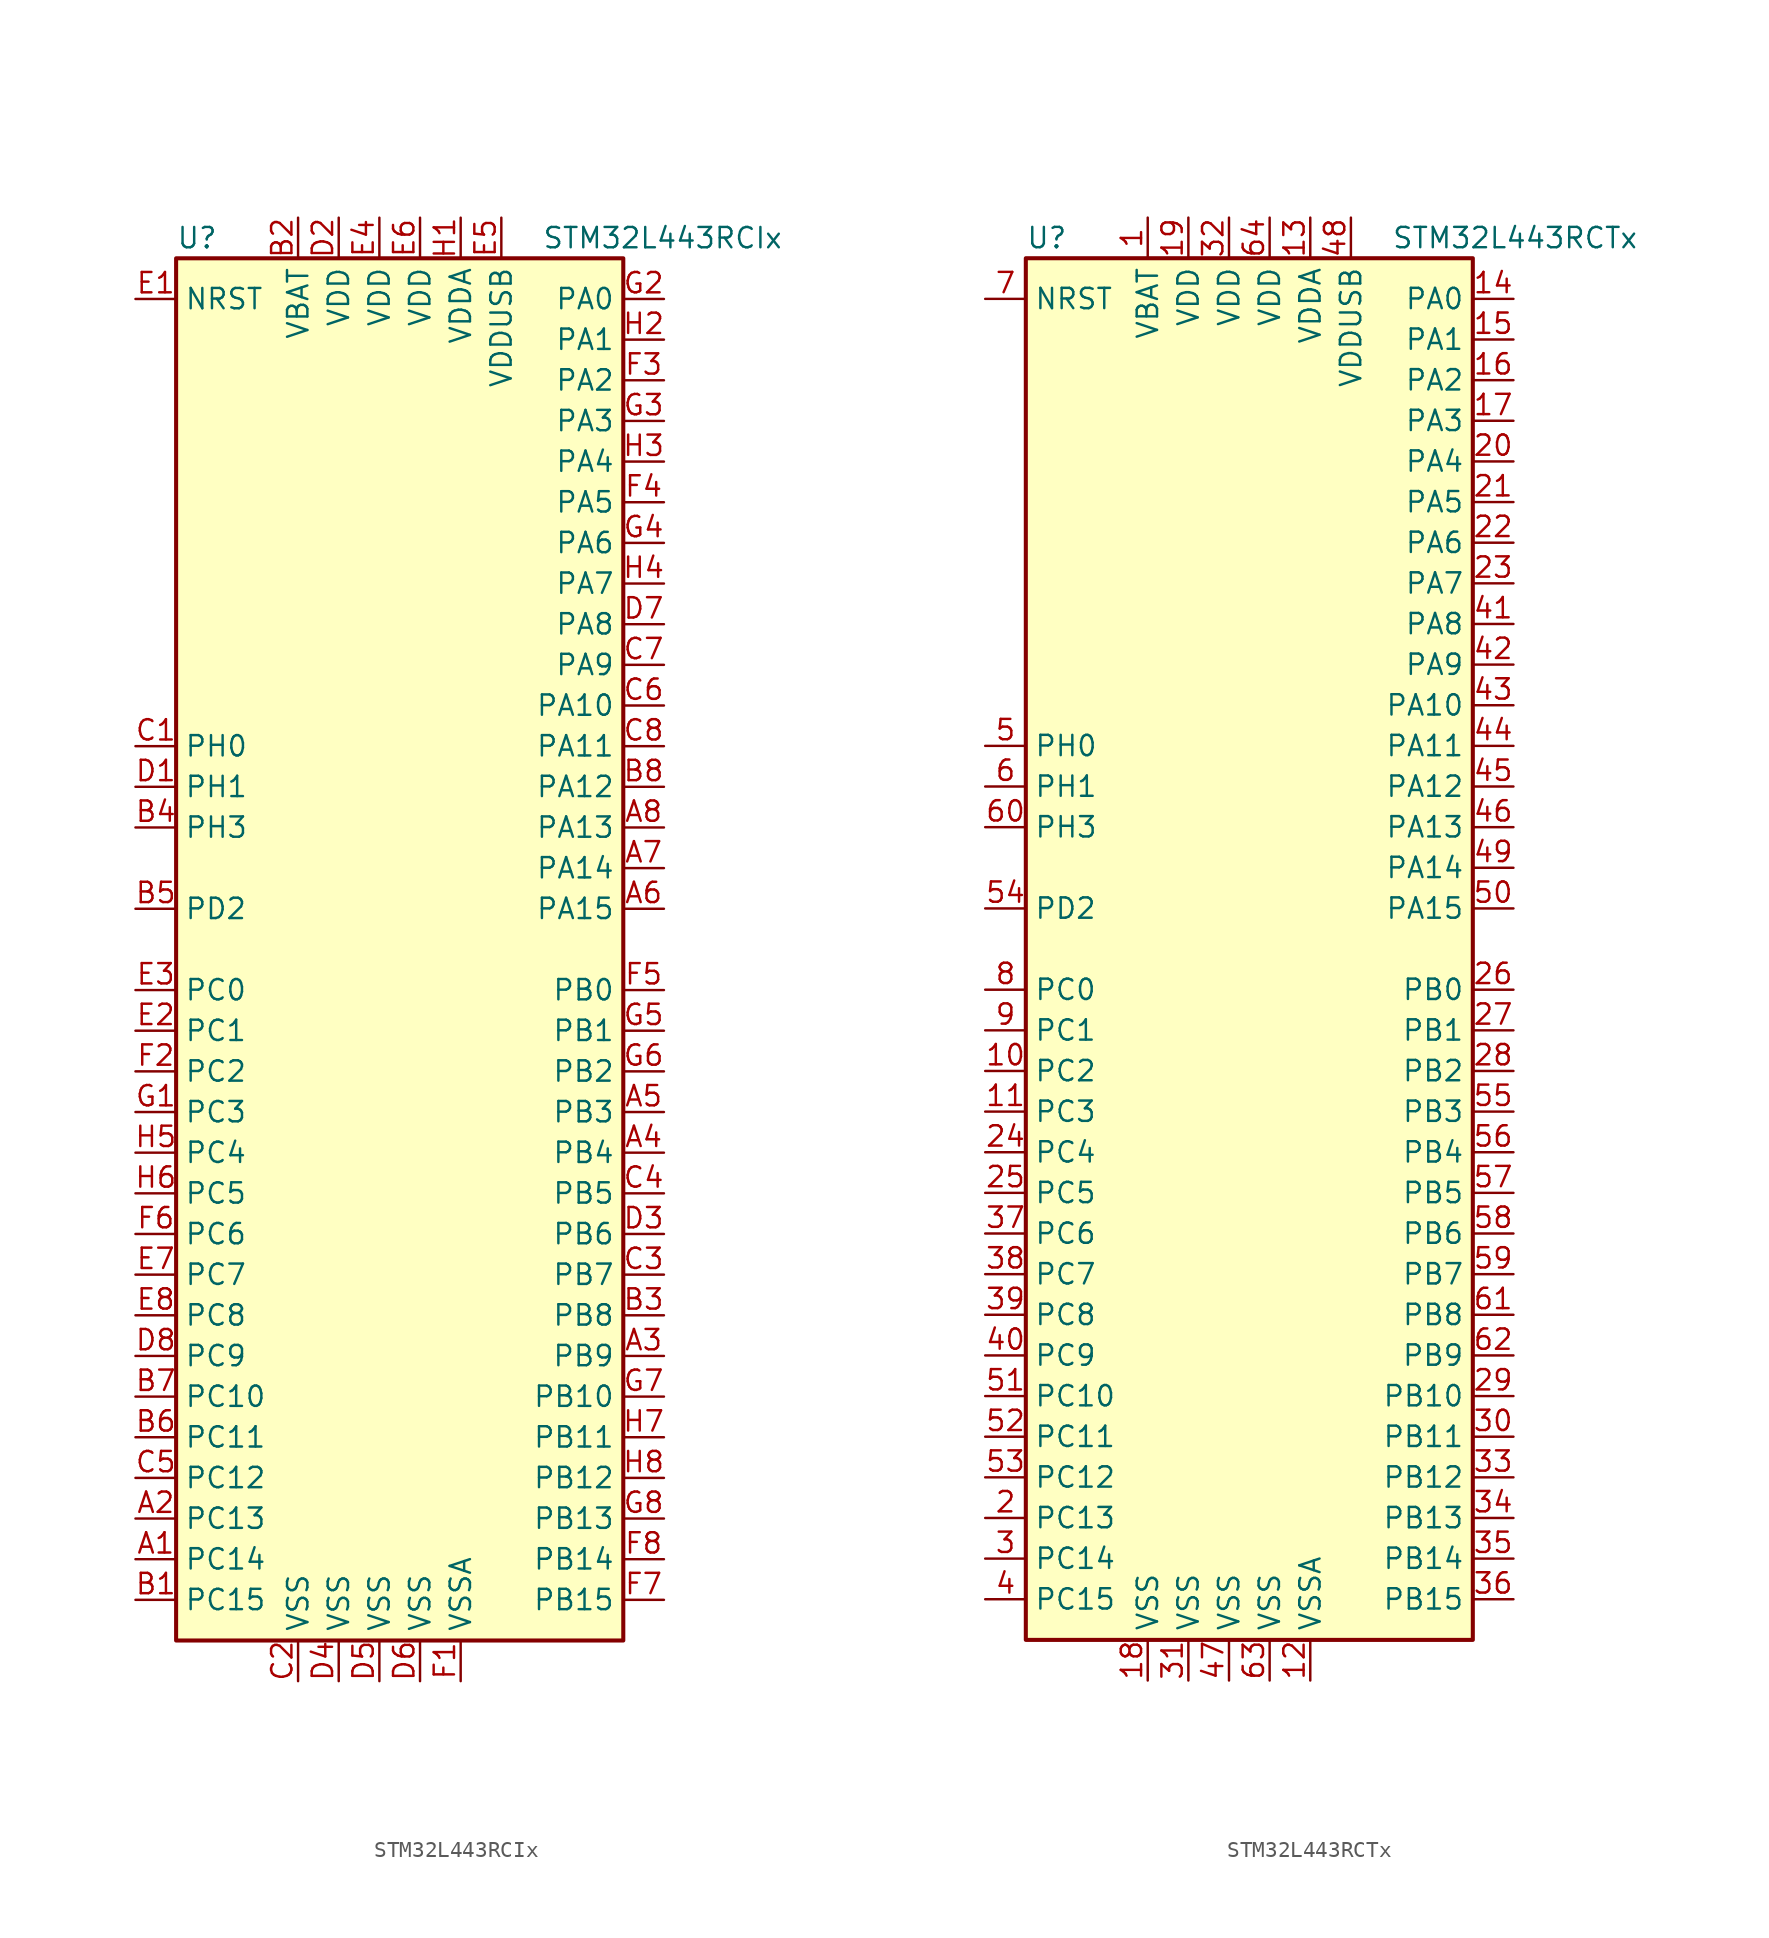
<source format=kicad_sym>
(kicad_symbol_lib
  (version 20201005)
  (generator kicad_symbol_editor)
  (symbol "MCU_ST_STM32L4:STM32L443RCIx"
    (property "Reference" "U"
      (at -15.24 44.45 0)
      (effects (font (size 1.27 1.27)) (justify left)))
    (property "Value" "STM32L443RCIx"
      (at 7.62 44.45 0)
      (effects (font (size 1.27 1.27)) (justify left)))
    (symbol "STM32L443RCIx_0_1"
      (rectangle (start -15.24 -43.18) (end 12.7 43.18) (stroke (width 0.254)) (fill (type background))))
    (symbol "STM32L443RCIx_1_1"
      (pin bidirectional line (at -17.78 -38.1 0) (length 2.54) (name "PC14" (effects (font (size 1.27 1.27)))) (number "A1" (effects (font (size 1.27 1.27)))))
      (pin bidirectional line (at -17.78 -35.56 0) (length 2.54) (name "PC13" (effects (font (size 1.27 1.27)))) (number "A2" (effects (font (size 1.27 1.27)))))
      (pin bidirectional line (at 15.24 -25.4 180) (length 2.54) (name "PB9" (effects (font (size 1.27 1.27)))) (number "A3" (effects (font (size 1.27 1.27)))))
      (pin bidirectional line (at 15.24 -12.7 180) (length 2.54) (name "PB4" (effects (font (size 1.27 1.27)))) (number "A4" (effects (font (size 1.27 1.27)))))
      (pin bidirectional line (at 15.24 -10.16 180) (length 2.54) (name "PB3" (effects (font (size 1.27 1.27)))) (number "A5" (effects (font (size 1.27 1.27)))))
      (pin bidirectional line (at 15.24 2.54 180) (length 2.54) (name "PA15" (effects (font (size 1.27 1.27)))) (number "A6" (effects (font (size 1.27 1.27)))))
      (pin bidirectional line (at 15.24 5.08 180) (length 2.54) (name "PA14" (effects (font (size 1.27 1.27)))) (number "A7" (effects (font (size 1.27 1.27)))))
      (pin bidirectional line (at 15.24 7.62 180) (length 2.54) (name "PA13" (effects (font (size 1.27 1.27)))) (number "A8" (effects (font (size 1.27 1.27)))))
      (pin bidirectional line (at -17.78 -40.64 0) (length 2.54) (name "PC15" (effects (font (size 1.27 1.27)))) (number "B1" (effects (font (size 1.27 1.27)))))
      (pin power_in line (at -7.62 45.72 270) (length 2.54) (name "VBAT" (effects (font (size 1.27 1.27)))) (number "B2" (effects (font (size 1.27 1.27)))))
      (pin bidirectional line (at 15.24 -22.86 180) (length 2.54) (name "PB8" (effects (font (size 1.27 1.27)))) (number "B3" (effects (font (size 1.27 1.27)))))
      (pin bidirectional line (at -17.78 7.62 0) (length 2.54) (name "PH3" (effects (font (size 1.27 1.27)))) (number "B4" (effects (font (size 1.27 1.27)))))
      (pin bidirectional line (at -17.78 2.54 0) (length 2.54) (name "PD2" (effects (font (size 1.27 1.27)))) (number "B5" (effects (font (size 1.27 1.27)))))
      (pin bidirectional line (at -17.78 -30.48 0) (length 2.54) (name "PC11" (effects (font (size 1.27 1.27)))) (number "B6" (effects (font (size 1.27 1.27)))))
      (pin bidirectional line (at -17.78 -27.94 0) (length 2.54) (name "PC10" (effects (font (size 1.27 1.27)))) (number "B7" (effects (font (size 1.27 1.27)))))
      (pin bidirectional line (at 15.24 10.16 180) (length 2.54) (name "PA12" (effects (font (size 1.27 1.27)))) (number "B8" (effects (font (size 1.27 1.27)))))
      (pin input line (at -17.78 12.7 0) (length 2.54) (name "PH0" (effects (font (size 1.27 1.27)))) (number "C1" (effects (font (size 1.27 1.27)))))
      (pin power_in line (at -7.62 -45.72 90) (length 2.54) (name "VSS" (effects (font (size 1.27 1.27)))) (number "C2" (effects (font (size 1.27 1.27)))))
      (pin bidirectional line (at 15.24 -20.32 180) (length 2.54) (name "PB7" (effects (font (size 1.27 1.27)))) (number "C3" (effects (font (size 1.27 1.27)))))
      (pin bidirectional line (at 15.24 -15.24 180) (length 2.54) (name "PB5" (effects (font (size 1.27 1.27)))) (number "C4" (effects (font (size 1.27 1.27)))))
      (pin bidirectional line (at -17.78 -33.02 0) (length 2.54) (name "PC12" (effects (font (size 1.27 1.27)))) (number "C5" (effects (font (size 1.27 1.27)))))
      (pin bidirectional line (at 15.24 15.24 180) (length 2.54) (name "PA10" (effects (font (size 1.27 1.27)))) (number "C6" (effects (font (size 1.27 1.27)))))
      (pin bidirectional line (at 15.24 17.78 180) (length 2.54) (name "PA9" (effects (font (size 1.27 1.27)))) (number "C7" (effects (font (size 1.27 1.27)))))
      (pin bidirectional line (at 15.24 12.7 180) (length 2.54) (name "PA11" (effects (font (size 1.27 1.27)))) (number "C8" (effects (font (size 1.27 1.27)))))
      (pin input line (at -17.78 10.16 0) (length 2.54) (name "PH1" (effects (font (size 1.27 1.27)))) (number "D1" (effects (font (size 1.27 1.27)))))
      (pin power_in line (at -5.08 45.72 270) (length 2.54) (name "VDD" (effects (font (size 1.27 1.27)))) (number "D2" (effects (font (size 1.27 1.27)))))
      (pin bidirectional line (at 15.24 -17.78 180) (length 2.54) (name "PB6" (effects (font (size 1.27 1.27)))) (number "D3" (effects (font (size 1.27 1.27)))))
      (pin power_in line (at -5.08 -45.72 90) (length 2.54) (name "VSS" (effects (font (size 1.27 1.27)))) (number "D4" (effects (font (size 1.27 1.27)))))
      (pin power_in line (at -2.54 -45.72 90) (length 2.54) (name "VSS" (effects (font (size 1.27 1.27)))) (number "D5" (effects (font (size 1.27 1.27)))))
      (pin power_in line (at 0 -45.72 90) (length 2.54) (name "VSS" (effects (font (size 1.27 1.27)))) (number "D6" (effects (font (size 1.27 1.27)))))
      (pin bidirectional line (at 15.24 20.32 180) (length 2.54) (name "PA8" (effects (font (size 1.27 1.27)))) (number "D7" (effects (font (size 1.27 1.27)))))
      (pin bidirectional line (at -17.78 -25.4 0) (length 2.54) (name "PC9" (effects (font (size 1.27 1.27)))) (number "D8" (effects (font (size 1.27 1.27)))))
      (pin input line (at -17.78 40.64 0) (length 2.54) (name "NRST" (effects (font (size 1.27 1.27)))) (number "E1" (effects (font (size 1.27 1.27)))))
      (pin bidirectional line (at -17.78 -5.08 0) (length 2.54) (name "PC1" (effects (font (size 1.27 1.27)))) (number "E2" (effects (font (size 1.27 1.27)))))
      (pin bidirectional line (at -17.78 -2.54 0) (length 2.54) (name "PC0" (effects (font (size 1.27 1.27)))) (number "E3" (effects (font (size 1.27 1.27)))))
      (pin power_in line (at -2.54 45.72 270) (length 2.54) (name "VDD" (effects (font (size 1.27 1.27)))) (number "E4" (effects (font (size 1.27 1.27)))))
      (pin power_in line (at 5.08 45.72 270) (length 2.54) (name "VDDUSB" (effects (font (size 1.27 1.27)))) (number "E5" (effects (font (size 1.27 1.27)))))
      (pin power_in line (at 0 45.72 270) (length 2.54) (name "VDD" (effects (font (size 1.27 1.27)))) (number "E6" (effects (font (size 1.27 1.27)))))
      (pin bidirectional line (at -17.78 -20.32 0) (length 2.54) (name "PC7" (effects (font (size 1.27 1.27)))) (number "E7" (effects (font (size 1.27 1.27)))))
      (pin bidirectional line (at -17.78 -22.86 0) (length 2.54) (name "PC8" (effects (font (size 1.27 1.27)))) (number "E8" (effects (font (size 1.27 1.27)))))
      (pin power_in line (at 2.54 -45.72 90) (length 2.54) (name "VSSA" (effects (font (size 1.27 1.27)))) (number "F1" (effects (font (size 1.27 1.27)))))
      (pin bidirectional line (at -17.78 -7.62 0) (length 2.54) (name "PC2" (effects (font (size 1.27 1.27)))) (number "F2" (effects (font (size 1.27 1.27)))))
      (pin bidirectional line (at 15.24 35.56 180) (length 2.54) (name "PA2" (effects (font (size 1.27 1.27)))) (number "F3" (effects (font (size 1.27 1.27)))))
      (pin bidirectional line (at 15.24 27.94 180) (length 2.54) (name "PA5" (effects (font (size 1.27 1.27)))) (number "F4" (effects (font (size 1.27 1.27)))))
      (pin bidirectional line (at 15.24 -2.54 180) (length 2.54) (name "PB0" (effects (font (size 1.27 1.27)))) (number "F5" (effects (font (size 1.27 1.27)))))
      (pin bidirectional line (at -17.78 -17.78 0) (length 2.54) (name "PC6" (effects (font (size 1.27 1.27)))) (number "F6" (effects (font (size 1.27 1.27)))))
      (pin bidirectional line (at 15.24 -40.64 180) (length 2.54) (name "PB15" (effects (font (size 1.27 1.27)))) (number "F7" (effects (font (size 1.27 1.27)))))
      (pin bidirectional line (at 15.24 -38.1 180) (length 2.54) (name "PB14" (effects (font (size 1.27 1.27)))) (number "F8" (effects (font (size 1.27 1.27)))))
      (pin bidirectional line (at -17.78 -10.16 0) (length 2.54) (name "PC3" (effects (font (size 1.27 1.27)))) (number "G1" (effects (font (size 1.27 1.27)))))
      (pin bidirectional line (at 15.24 40.64 180) (length 2.54) (name "PA0" (effects (font (size 1.27 1.27)))) (number "G2" (effects (font (size 1.27 1.27)))))
      (pin bidirectional line (at 15.24 33.02 180) (length 2.54) (name "PA3" (effects (font (size 1.27 1.27)))) (number "G3" (effects (font (size 1.27 1.27)))))
      (pin bidirectional line (at 15.24 25.4 180) (length 2.54) (name "PA6" (effects (font (size 1.27 1.27)))) (number "G4" (effects (font (size 1.27 1.27)))))
      (pin bidirectional line (at 15.24 -5.08 180) (length 2.54) (name "PB1" (effects (font (size 1.27 1.27)))) (number "G5" (effects (font (size 1.27 1.27)))))
      (pin bidirectional line (at 15.24 -7.62 180) (length 2.54) (name "PB2" (effects (font (size 1.27 1.27)))) (number "G6" (effects (font (size 1.27 1.27)))))
      (pin bidirectional line (at 15.24 -27.94 180) (length 2.54) (name "PB10" (effects (font (size 1.27 1.27)))) (number "G7" (effects (font (size 1.27 1.27)))))
      (pin bidirectional line (at 15.24 -35.56 180) (length 2.54) (name "PB13" (effects (font (size 1.27 1.27)))) (number "G8" (effects (font (size 1.27 1.27)))))
      (pin power_in line (at 2.54 45.72 270) (length 2.54) (name "VDDA" (effects (font (size 1.27 1.27)))) (number "H1" (effects (font (size 1.27 1.27)))))
      (pin bidirectional line (at 15.24 38.1 180) (length 2.54) (name "PA1" (effects (font (size 1.27 1.27)))) (number "H2" (effects (font (size 1.27 1.27)))))
      (pin bidirectional line (at 15.24 30.48 180) (length 2.54) (name "PA4" (effects (font (size 1.27 1.27)))) (number "H3" (effects (font (size 1.27 1.27)))))
      (pin bidirectional line (at 15.24 22.86 180) (length 2.54) (name "PA7" (effects (font (size 1.27 1.27)))) (number "H4" (effects (font (size 1.27 1.27)))))
      (pin bidirectional line (at -17.78 -12.7 0) (length 2.54) (name "PC4" (effects (font (size 1.27 1.27)))) (number "H5" (effects (font (size 1.27 1.27)))))
      (pin bidirectional line (at -17.78 -15.24 0) (length 2.54) (name "PC5" (effects (font (size 1.27 1.27)))) (number "H6" (effects (font (size 1.27 1.27)))))
      (pin bidirectional line (at 15.24 -30.48 180) (length 2.54) (name "PB11" (effects (font (size 1.27 1.27)))) (number "H7" (effects (font (size 1.27 1.27)))))
      (pin bidirectional line (at 15.24 -33.02 180) (length 2.54) (name "PB12" (effects (font (size 1.27 1.27)))) (number "H8" (effects (font (size 1.27 1.27)))))))
  (symbol "MCU_ST_STM32L4:STM32L443RCTx"
    (property "Reference" "U"
      (at -15.24 44.45 0)
      (effects (font (size 1.27 1.27)) (justify left)))
    (property "Value" "STM32L443RCTx"
      (at 7.62 44.45 0)
      (effects (font (size 1.27 1.27)) (justify left)))
    (symbol "STM32L443RCTx_0_1"
      (rectangle (start -15.24 -43.18) (end 12.7 43.18) (stroke (width 0.254)) (fill (type background))))
    (symbol "STM32L443RCTx_1_1"
      (pin power_in line (at -7.62 45.72 270) (length 2.54) (name "VBAT" (effects (font (size 1.27 1.27)))) (number "1" (effects (font (size 1.27 1.27)))))
      (pin bidirectional line (at -17.78 -7.62 0) (length 2.54) (name "PC2" (effects (font (size 1.27 1.27)))) (number "10" (effects (font (size 1.27 1.27)))))
      (pin bidirectional line (at -17.78 -10.16 0) (length 2.54) (name "PC3" (effects (font (size 1.27 1.27)))) (number "11" (effects (font (size 1.27 1.27)))))
      (pin power_in line (at 2.54 -45.72 90) (length 2.54) (name "VSSA" (effects (font (size 1.27 1.27)))) (number "12" (effects (font (size 1.27 1.27)))))
      (pin power_in line (at 2.54 45.72 270) (length 2.54) (name "VDDA" (effects (font (size 1.27 1.27)))) (number "13" (effects (font (size 1.27 1.27)))))
      (pin bidirectional line (at 15.24 40.64 180) (length 2.54) (name "PA0" (effects (font (size 1.27 1.27)))) (number "14" (effects (font (size 1.27 1.27)))))
      (pin bidirectional line (at 15.24 38.1 180) (length 2.54) (name "PA1" (effects (font (size 1.27 1.27)))) (number "15" (effects (font (size 1.27 1.27)))))
      (pin bidirectional line (at 15.24 35.56 180) (length 2.54) (name "PA2" (effects (font (size 1.27 1.27)))) (number "16" (effects (font (size 1.27 1.27)))))
      (pin bidirectional line (at 15.24 33.02 180) (length 2.54) (name "PA3" (effects (font (size 1.27 1.27)))) (number "17" (effects (font (size 1.27 1.27)))))
      (pin power_in line (at -7.62 -45.72 90) (length 2.54) (name "VSS" (effects (font (size 1.27 1.27)))) (number "18" (effects (font (size 1.27 1.27)))))
      (pin power_in line (at -5.08 45.72 270) (length 2.54) (name "VDD" (effects (font (size 1.27 1.27)))) (number "19" (effects (font (size 1.27 1.27)))))
      (pin bidirectional line (at -17.78 -35.56 0) (length 2.54) (name "PC13" (effects (font (size 1.27 1.27)))) (number "2" (effects (font (size 1.27 1.27)))))
      (pin bidirectional line (at 15.24 30.48 180) (length 2.54) (name "PA4" (effects (font (size 1.27 1.27)))) (number "20" (effects (font (size 1.27 1.27)))))
      (pin bidirectional line (at 15.24 27.94 180) (length 2.54) (name "PA5" (effects (font (size 1.27 1.27)))) (number "21" (effects (font (size 1.27 1.27)))))
      (pin bidirectional line (at 15.24 25.4 180) (length 2.54) (name "PA6" (effects (font (size 1.27 1.27)))) (number "22" (effects (font (size 1.27 1.27)))))
      (pin bidirectional line (at 15.24 22.86 180) (length 2.54) (name "PA7" (effects (font (size 1.27 1.27)))) (number "23" (effects (font (size 1.27 1.27)))))
      (pin bidirectional line (at -17.78 -12.7 0) (length 2.54) (name "PC4" (effects (font (size 1.27 1.27)))) (number "24" (effects (font (size 1.27 1.27)))))
      (pin bidirectional line (at -17.78 -15.24 0) (length 2.54) (name "PC5" (effects (font (size 1.27 1.27)))) (number "25" (effects (font (size 1.27 1.27)))))
      (pin bidirectional line (at 15.24 -2.54 180) (length 2.54) (name "PB0" (effects (font (size 1.27 1.27)))) (number "26" (effects (font (size 1.27 1.27)))))
      (pin bidirectional line (at 15.24 -5.08 180) (length 2.54) (name "PB1" (effects (font (size 1.27 1.27)))) (number "27" (effects (font (size 1.27 1.27)))))
      (pin bidirectional line (at 15.24 -7.62 180) (length 2.54) (name "PB2" (effects (font (size 1.27 1.27)))) (number "28" (effects (font (size 1.27 1.27)))))
      (pin bidirectional line (at 15.24 -27.94 180) (length 2.54) (name "PB10" (effects (font (size 1.27 1.27)))) (number "29" (effects (font (size 1.27 1.27)))))
      (pin bidirectional line (at -17.78 -38.1 0) (length 2.54) (name "PC14" (effects (font (size 1.27 1.27)))) (number "3" (effects (font (size 1.27 1.27)))))
      (pin bidirectional line (at 15.24 -30.48 180) (length 2.54) (name "PB11" (effects (font (size 1.27 1.27)))) (number "30" (effects (font (size 1.27 1.27)))))
      (pin power_in line (at -5.08 -45.72 90) (length 2.54) (name "VSS" (effects (font (size 1.27 1.27)))) (number "31" (effects (font (size 1.27 1.27)))))
      (pin power_in line (at -2.54 45.72 270) (length 2.54) (name "VDD" (effects (font (size 1.27 1.27)))) (number "32" (effects (font (size 1.27 1.27)))))
      (pin bidirectional line (at 15.24 -33.02 180) (length 2.54) (name "PB12" (effects (font (size 1.27 1.27)))) (number "33" (effects (font (size 1.27 1.27)))))
      (pin bidirectional line (at 15.24 -35.56 180) (length 2.54) (name "PB13" (effects (font (size 1.27 1.27)))) (number "34" (effects (font (size 1.27 1.27)))))
      (pin bidirectional line (at 15.24 -38.1 180) (length 2.54) (name "PB14" (effects (font (size 1.27 1.27)))) (number "35" (effects (font (size 1.27 1.27)))))
      (pin bidirectional line (at 15.24 -40.64 180) (length 2.54) (name "PB15" (effects (font (size 1.27 1.27)))) (number "36" (effects (font (size 1.27 1.27)))))
      (pin bidirectional line (at -17.78 -17.78 0) (length 2.54) (name "PC6" (effects (font (size 1.27 1.27)))) (number "37" (effects (font (size 1.27 1.27)))))
      (pin bidirectional line (at -17.78 -20.32 0) (length 2.54) (name "PC7" (effects (font (size 1.27 1.27)))) (number "38" (effects (font (size 1.27 1.27)))))
      (pin bidirectional line (at -17.78 -22.86 0) (length 2.54) (name "PC8" (effects (font (size 1.27 1.27)))) (number "39" (effects (font (size 1.27 1.27)))))
      (pin bidirectional line (at -17.78 -40.64 0) (length 2.54) (name "PC15" (effects (font (size 1.27 1.27)))) (number "4" (effects (font (size 1.27 1.27)))))
      (pin bidirectional line (at -17.78 -25.4 0) (length 2.54) (name "PC9" (effects (font (size 1.27 1.27)))) (number "40" (effects (font (size 1.27 1.27)))))
      (pin bidirectional line (at 15.24 20.32 180) (length 2.54) (name "PA8" (effects (font (size 1.27 1.27)))) (number "41" (effects (font (size 1.27 1.27)))))
      (pin bidirectional line (at 15.24 17.78 180) (length 2.54) (name "PA9" (effects (font (size 1.27 1.27)))) (number "42" (effects (font (size 1.27 1.27)))))
      (pin bidirectional line (at 15.24 15.24 180) (length 2.54) (name "PA10" (effects (font (size 1.27 1.27)))) (number "43" (effects (font (size 1.27 1.27)))))
      (pin bidirectional line (at 15.24 12.7 180) (length 2.54) (name "PA11" (effects (font (size 1.27 1.27)))) (number "44" (effects (font (size 1.27 1.27)))))
      (pin bidirectional line (at 15.24 10.16 180) (length 2.54) (name "PA12" (effects (font (size 1.27 1.27)))) (number "45" (effects (font (size 1.27 1.27)))))
      (pin bidirectional line (at 15.24 7.62 180) (length 2.54) (name "PA13" (effects (font (size 1.27 1.27)))) (number "46" (effects (font (size 1.27 1.27)))))
      (pin power_in line (at -2.54 -45.72 90) (length 2.54) (name "VSS" (effects (font (size 1.27 1.27)))) (number "47" (effects (font (size 1.27 1.27)))))
      (pin power_in line (at 5.08 45.72 270) (length 2.54) (name "VDDUSB" (effects (font (size 1.27 1.27)))) (number "48" (effects (font (size 1.27 1.27)))))
      (pin bidirectional line (at 15.24 5.08 180) (length 2.54) (name "PA14" (effects (font (size 1.27 1.27)))) (number "49" (effects (font (size 1.27 1.27)))))
      (pin input line (at -17.78 12.7 0) (length 2.54) (name "PH0" (effects (font (size 1.27 1.27)))) (number "5" (effects (font (size 1.27 1.27)))))
      (pin bidirectional line (at 15.24 2.54 180) (length 2.54) (name "PA15" (effects (font (size 1.27 1.27)))) (number "50" (effects (font (size 1.27 1.27)))))
      (pin bidirectional line (at -17.78 -27.94 0) (length 2.54) (name "PC10" (effects (font (size 1.27 1.27)))) (number "51" (effects (font (size 1.27 1.27)))))
      (pin bidirectional line (at -17.78 -30.48 0) (length 2.54) (name "PC11" (effects (font (size 1.27 1.27)))) (number "52" (effects (font (size 1.27 1.27)))))
      (pin bidirectional line (at -17.78 -33.02 0) (length 2.54) (name "PC12" (effects (font (size 1.27 1.27)))) (number "53" (effects (font (size 1.27 1.27)))))
      (pin bidirectional line (at -17.78 2.54 0) (length 2.54) (name "PD2" (effects (font (size 1.27 1.27)))) (number "54" (effects (font (size 1.27 1.27)))))
      (pin bidirectional line (at 15.24 -10.16 180) (length 2.54) (name "PB3" (effects (font (size 1.27 1.27)))) (number "55" (effects (font (size 1.27 1.27)))))
      (pin bidirectional line (at 15.24 -12.7 180) (length 2.54) (name "PB4" (effects (font (size 1.27 1.27)))) (number "56" (effects (font (size 1.27 1.27)))))
      (pin bidirectional line (at 15.24 -15.24 180) (length 2.54) (name "PB5" (effects (font (size 1.27 1.27)))) (number "57" (effects (font (size 1.27 1.27)))))
      (pin bidirectional line (at 15.24 -17.78 180) (length 2.54) (name "PB6" (effects (font (size 1.27 1.27)))) (number "58" (effects (font (size 1.27 1.27)))))
      (pin bidirectional line (at 15.24 -20.32 180) (length 2.54) (name "PB7" (effects (font (size 1.27 1.27)))) (number "59" (effects (font (size 1.27 1.27)))))
      (pin input line (at -17.78 10.16 0) (length 2.54) (name "PH1" (effects (font (size 1.27 1.27)))) (number "6" (effects (font (size 1.27 1.27)))))
      (pin bidirectional line (at -17.78 7.62 0) (length 2.54) (name "PH3" (effects (font (size 1.27 1.27)))) (number "60" (effects (font (size 1.27 1.27)))))
      (pin bidirectional line (at 15.24 -22.86 180) (length 2.54) (name "PB8" (effects (font (size 1.27 1.27)))) (number "61" (effects (font (size 1.27 1.27)))))
      (pin bidirectional line (at 15.24 -25.4 180) (length 2.54) (name "PB9" (effects (font (size 1.27 1.27)))) (number "62" (effects (font (size 1.27 1.27)))))
      (pin power_in line (at 0 -45.72 90) (length 2.54) (name "VSS" (effects (font (size 1.27 1.27)))) (number "63" (effects (font (size 1.27 1.27)))))
      (pin power_in line (at 0 45.72 270) (length 2.54) (name "VDD" (effects (font (size 1.27 1.27)))) (number "64" (effects (font (size 1.27 1.27)))))
      (pin input line (at -17.78 40.64 0) (length 2.54) (name "NRST" (effects (font (size 1.27 1.27)))) (number "7" (effects (font (size 1.27 1.27)))))
      (pin bidirectional line (at -17.78 -2.54 0) (length 2.54) (name "PC0" (effects (font (size 1.27 1.27)))) (number "8" (effects (font (size 1.27 1.27)))))
      (pin bidirectional line (at -17.78 -5.08 0) (length 2.54) (name "PC1" (effects (font (size 1.27 1.27)))) (number "9" (effects (font (size 1.27 1.27))))))))
</source>
